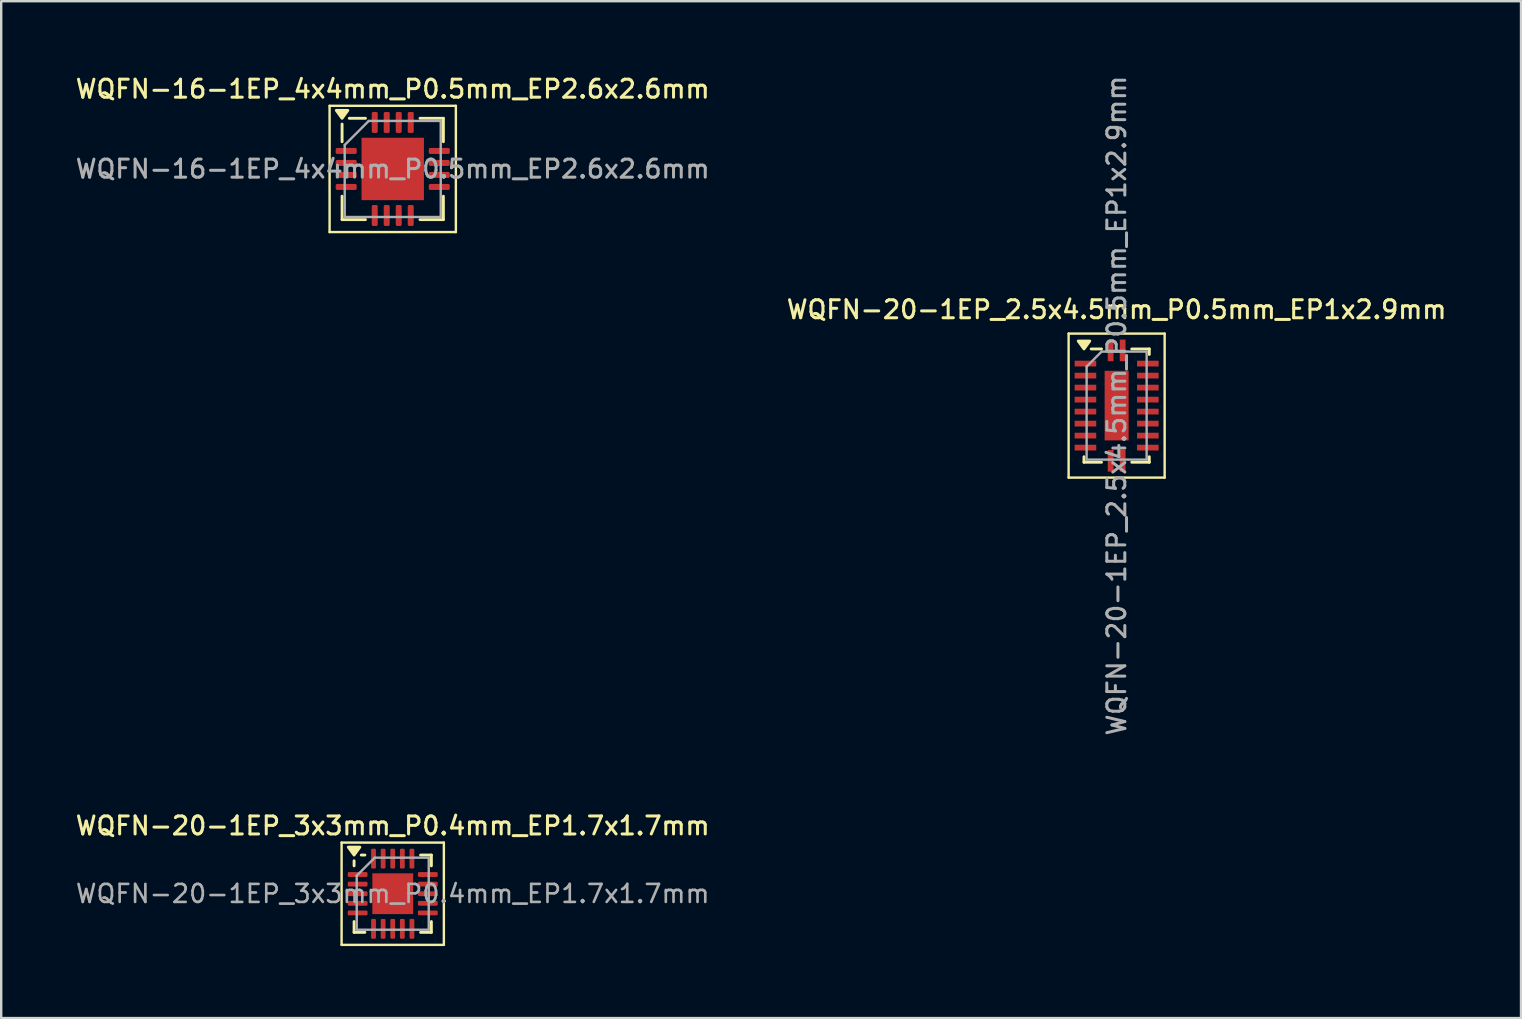
<source format=kicad_pcb>
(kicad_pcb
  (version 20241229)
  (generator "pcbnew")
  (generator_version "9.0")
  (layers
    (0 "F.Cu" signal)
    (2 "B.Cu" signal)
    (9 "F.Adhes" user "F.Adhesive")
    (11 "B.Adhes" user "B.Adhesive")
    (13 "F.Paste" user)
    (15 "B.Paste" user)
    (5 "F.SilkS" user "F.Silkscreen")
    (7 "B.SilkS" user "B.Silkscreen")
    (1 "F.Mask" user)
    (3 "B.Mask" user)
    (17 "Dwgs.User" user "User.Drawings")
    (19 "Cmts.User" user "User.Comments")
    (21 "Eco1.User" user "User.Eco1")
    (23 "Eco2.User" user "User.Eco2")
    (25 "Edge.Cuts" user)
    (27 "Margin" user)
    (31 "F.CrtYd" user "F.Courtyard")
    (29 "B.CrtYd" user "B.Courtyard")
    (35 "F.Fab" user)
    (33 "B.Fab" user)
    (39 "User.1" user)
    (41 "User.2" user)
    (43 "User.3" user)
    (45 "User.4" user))
  (footprint "WQFN-20-1EP_2.5x4.5mm_P0.5mm_EP1x2.9mm"
    (layer "F.Cu")
    (at 43.463 13.845)
    (property "Reference" "WQFN-20-1EP_2.5x4.5mm_P0.5mm_EP1x2.9mm" (at 0 -4 0) (layer "F.SilkS") (effects (font (size 0.75 0.75) (thickness 0.125))))
    (attr smd)
    (fp_line (start -2 -3) (end -2 3) (stroke (width 0.1) (type solid)) (layer "F.SilkS"))
    (fp_line (start -2 -3) (end 2 -3) (stroke (width 0.1) (type solid)) (layer "F.SilkS"))
    (fp_line (start -2 3) (end 2 3) (stroke (width 0.1) (type solid)) (layer "F.SilkS"))
    (fp_line (start -1.36 2.36) (end -1.36 2.13) (stroke (width 0.12) (type solid)) (layer "F.SilkS"))
    (fp_line (start -0.63 -2.36) (end -1.06 -2.36) (stroke (width 0.12) (type solid)) (layer "F.SilkS"))
    (fp_line (start -0.63 2.36) (end -1.36 2.36) (stroke (width 0.12) (type solid)) (layer "F.SilkS"))
    (fp_line (start 0.63 -2.36) (end 1.36 -2.36) (stroke (width 0.12) (type solid)) (layer "F.SilkS"))
    (fp_line (start 0.63 2.36) (end 1.36 2.36) (stroke (width 0.12) (type solid)) (layer "F.SilkS"))
    (fp_line (start 1.36 -2.36) (end 1.36 -2.13) (stroke (width 0.12) (type solid)) (layer "F.SilkS"))
    (fp_line (start 1.36 2.36) (end 1.36 2.13) (stroke (width 0.12) (type solid)) (layer "F.SilkS"))
    (fp_line (start 2 -3) (end 2 3) (stroke (width 0.1) (type solid)) (layer "F.SilkS"))
    (fp_poly (pts (xy -1.36 -2.36) (xy -1.6 -2.69) (xy -1.12 -2.69) (xy -1.36 -2.36)) (stroke (width 0.12) (type solid)) (fill yes) (layer "F.SilkS"))
    (fp_line (start -1.25 -1.625) (end -1.25 2.25) (stroke (width 0.1) (type solid)) (layer "F.Fab"))
    (fp_line (start -1.25 -1.625) (end -0.625 -2.25) (stroke (width 0.1) (type solid)) (layer "F.Fab"))
    (fp_line (start -1.25 2.25) (end 1.25 2.25) (stroke (width 0.1) (type solid)) (layer "F.Fab"))
    (fp_line (start 1.25 -2.25) (end -0.625 -2.25) (stroke (width 0.1) (type solid)) (layer "F.Fab"))
    (fp_line (start 1.25 -2.25) (end 1.25 2.25) (stroke (width 0.1) (type solid)) (layer "F.Fab"))
    (fp_text user "${REFERENCE}" (at 0 0 90) (layer "F.Fab") (effects (font (size 0.75 0.75) (thickness 0.125))))
    (pad "" smd rect (at 0 -0.95 270) (size 0.8 0.8) (layers "F.Paste"))
    (pad "" smd rect (at 0 0 270) (size 0.8 0.8) (layers "F.Paste"))
    (pad "" smd rect (at 0 0.95 270) (size 0.8 0.8) (layers "F.Paste"))
    (pad "1" smd rect (at -0.25 -2.3 270) (size 0.9 0.24) (layers "F.Cu" "F.Mask" "F.Paste"))
    (pad "2" smd rect (at -1.3 -1.75) (size 0.9 0.24) (layers "F.Cu" "F.Mask" "F.Paste"))
    (pad "3" smd rect (at -1.3 -1.25) (size 0.9 0.24) (layers "F.Cu" "F.Mask" "F.Paste"))
    (pad "4" smd rect (at -1.3 -0.75) (size 0.9 0.24) (layers "F.Cu" "F.Mask" "F.Paste"))
    (pad "5" smd rect (at -1.3 -0.25) (size 0.9 0.24) (layers "F.Cu" "F.Mask" "F.Paste"))
    (pad "6" smd rect (at -1.3 0.25) (size 0.9 0.24) (layers "F.Cu" "F.Mask" "F.Paste"))
    (pad "7" smd rect (at -1.3 0.75) (size 0.9 0.24) (layers "F.Cu" "F.Mask" "F.Paste"))
    (pad "8" smd rect (at -1.3 1.25) (size 0.9 0.24) (layers "F.Cu" "F.Mask" "F.Paste"))
    (pad "9" smd rect (at -1.3 1.75) (size 0.9 0.24) (layers "F.Cu" "F.Mask" "F.Paste"))
    (pad "10" smd rect (at -0.25 2.3 270) (size 0.9 0.24) (layers "F.Cu" "F.Mask" "F.Paste"))
    (pad "11" smd rect (at 0.25 2.3 270) (size 0.9 0.24) (layers "F.Cu" "F.Mask" "F.Paste"))
    (pad "12" smd rect (at 1.3 1.75) (size 0.9 0.24) (layers "F.Cu" "F.Mask" "F.Paste"))
    (pad "13" smd rect (at 1.3 1.25) (size 0.9 0.24) (layers "F.Cu" "F.Mask" "F.Paste"))
    (pad "14" smd rect (at 1.3 0.75) (size 0.9 0.24) (layers "F.Cu" "F.Mask" "F.Paste"))
    (pad "15" smd rect (at 1.3 0.25) (size 0.9 0.24) (layers "F.Cu" "F.Mask" "F.Paste"))
    (pad "16" smd rect (at 1.3 -0.25) (size 0.9 0.24) (layers "F.Cu" "F.Mask" "F.Paste"))
    (pad "17" smd rect (at 1.3 -0.75) (size 0.9 0.24) (layers "F.Cu" "F.Mask" "F.Paste"))
    (pad "18" smd rect (at 1.3 -1.25) (size 0.9 0.24) (layers "F.Cu" "F.Mask" "F.Paste"))
    (pad "19" smd rect (at 1.3 -1.75) (size 0.9 0.24) (layers "F.Cu" "F.Mask" "F.Paste"))
    (pad "20" smd rect (at 0.25 -2.3 270) (size 0.9 0.24) (layers "F.Cu" "F.Mask" "F.Paste"))
    (pad "21" smd rect (at 0 0 270) (size 2.9 1) (layers "F.Cu" "F.Mask")))
  (footprint "WQFN-20-1EP_3x3mm_P0.4mm_EP1.7x1.7mm"
    (layer "F.Cu")
    (at 13.309 34.177)
    (property "Reference" "WQFN-20-1EP_3x3mm_P0.4mm_EP1.7x1.7mm" (at 0 -2.83 0) (layer "F.SilkS") (effects (font (size 0.75 0.75) (thickness 0.125))))
    (attr smd)
    (fp_line (start -2.13 -2.13) (end -2.13 2.13) (stroke (width 0.1) (type solid)) (layer "F.SilkS"))
    (fp_line (start -2.13 2.13) (end 2.13 2.13) (stroke (width 0.1) (type solid)) (layer "F.SilkS"))
    (fp_line (start -1.61 -1.16) (end -1.61 -1.37) (stroke (width 0.12) (type solid)) (layer "F.SilkS"))
    (fp_line (start -1.61 1.61) (end -1.61 1.16) (stroke (width 0.12) (type solid)) (layer "F.SilkS"))
    (fp_line (start -1.16 -1.61) (end -1.31 -1.61) (stroke (width 0.12) (type solid)) (layer "F.SilkS"))
    (fp_line (start -1.16 1.61) (end -1.61 1.61) (stroke (width 0.12) (type solid)) (layer "F.SilkS"))
    (fp_line (start 1.16 -1.61) (end 1.61 -1.61) (stroke (width 0.12) (type solid)) (layer "F.SilkS"))
    (fp_line (start 1.16 1.61) (end 1.61 1.61) (stroke (width 0.12) (type solid)) (layer "F.SilkS"))
    (fp_line (start 1.61 -1.61) (end 1.61 -1.16) (stroke (width 0.12) (type solid)) (layer "F.SilkS"))
    (fp_line (start 1.61 1.61) (end 1.61 1.16) (stroke (width 0.12) (type solid)) (layer "F.SilkS"))
    (fp_line (start 2.13 -2.13) (end -2.13 -2.13) (stroke (width 0.1) (type solid)) (layer "F.SilkS"))
    (fp_line (start 2.13 2.13) (end 2.13 -2.13) (stroke (width 0.1) (type solid)) (layer "F.SilkS"))
    (fp_poly (pts (xy -1.61 -1.61) (xy -1.85 -1.94) (xy -1.37 -1.94) (xy -1.61 -1.61)) (stroke (width 0.12) (type solid)) (fill yes) (layer "F.SilkS"))
    (fp_line (start -1.5 -0.75) (end -0.75 -1.5) (stroke (width 0.1) (type solid)) (layer "F.Fab"))
    (fp_line (start -1.5 1.5) (end -1.5 -0.75) (stroke (width 0.1) (type solid)) (layer "F.Fab"))
    (fp_line (start -0.75 -1.5) (end 1.5 -1.5) (stroke (width 0.1) (type solid)) (layer "F.Fab"))
    (fp_line (start 1.5 -1.5) (end 1.5 1.5) (stroke (width 0.1) (type solid)) (layer "F.Fab"))
    (fp_line (start 1.5 1.5) (end -1.5 1.5) (stroke (width 0.1) (type solid)) (layer "F.Fab"))
    (fp_text user "${REFERENCE}" (at 0 0 0) (layer "F.Fab") (effects (font (size 0.75 0.75) (thickness 0.11))))
    (pad "" smd roundrect (at -0.425 -0.425) (size 0.69 0.69) (layers "F.Paste") (roundrect_rratio 0.25))
    (pad "" smd roundrect (at -0.425 0.425) (size 0.69 0.69) (layers "F.Paste") (roundrect_rratio 0.25))
    (pad "" smd roundrect (at 0.425 -0.425) (size 0.69 0.69) (layers "F.Paste") (roundrect_rratio 0.25))
    (pad "" smd roundrect (at 0.425 0.425) (size 0.69 0.69) (layers "F.Paste") (roundrect_rratio 0.25))
    (pad "1" smd roundrect (at -1.462 -0.8) (size 0.825 0.2) (layers "F.Cu" "F.Mask" "F.Paste") (roundrect_rratio 0.25))
    (pad "2" smd roundrect (at -1.462 -0.4) (size 0.825 0.2) (layers "F.Cu" "F.Mask" "F.Paste") (roundrect_rratio 0.25))
    (pad "3" smd roundrect (at -1.462 0) (size 0.825 0.2) (layers "F.Cu" "F.Mask" "F.Paste") (roundrect_rratio 0.25))
    (pad "4" smd roundrect (at -1.462 0.4) (size 0.825 0.2) (layers "F.Cu" "F.Mask" "F.Paste") (roundrect_rratio 0.25))
    (pad "5" smd roundrect (at -1.462 0.8) (size 0.825 0.2) (layers "F.Cu" "F.Mask" "F.Paste") (roundrect_rratio 0.25))
    (pad "6" smd roundrect (at -0.8 1.462) (size 0.2 0.825) (layers "F.Cu" "F.Mask" "F.Paste") (roundrect_rratio 0.25))
    (pad "7" smd roundrect (at -0.4 1.462) (size 0.2 0.825) (layers "F.Cu" "F.Mask" "F.Paste") (roundrect_rratio 0.25))
    (pad "8" smd roundrect (at 0 1.462) (size 0.2 0.825) (layers "F.Cu" "F.Mask" "F.Paste") (roundrect_rratio 0.25))
    (pad "9" smd roundrect (at 0.4 1.462) (size 0.2 0.825) (layers "F.Cu" "F.Mask" "F.Paste") (roundrect_rratio 0.25))
    (pad "10" smd roundrect (at 0.8 1.462) (size 0.2 0.825) (layers "F.Cu" "F.Mask" "F.Paste") (roundrect_rratio 0.25))
    (pad "11" smd roundrect (at 1.462 0.8) (size 0.825 0.2) (layers "F.Cu" "F.Mask" "F.Paste") (roundrect_rratio 0.25))
    (pad "12" smd roundrect (at 1.462 0.4) (size 0.825 0.2) (layers "F.Cu" "F.Mask" "F.Paste") (roundrect_rratio 0.25))
    (pad "13" smd roundrect (at 1.462 0) (size 0.825 0.2) (layers "F.Cu" "F.Mask" "F.Paste") (roundrect_rratio 0.25))
    (pad "14" smd roundrect (at 1.462 -0.4) (size 0.825 0.2) (layers "F.Cu" "F.Mask" "F.Paste") (roundrect_rratio 0.25))
    (pad "15" smd roundrect (at 1.462 -0.8) (size 0.825 0.2) (layers "F.Cu" "F.Mask" "F.Paste") (roundrect_rratio 0.25))
    (pad "16" smd roundrect (at 0.8 -1.462) (size 0.2 0.825) (layers "F.Cu" "F.Mask" "F.Paste") (roundrect_rratio 0.25))
    (pad "17" smd roundrect (at 0.4 -1.462) (size 0.2 0.825) (layers "F.Cu" "F.Mask" "F.Paste") (roundrect_rratio 0.25))
    (pad "18" smd roundrect (at 0 -1.462) (size 0.2 0.825) (layers "F.Cu" "F.Mask" "F.Paste") (roundrect_rratio 0.25))
    (pad "19" smd roundrect (at -0.4 -1.462) (size 0.2 0.825) (layers "F.Cu" "F.Mask" "F.Paste") (roundrect_rratio 0.25))
    (pad "20" smd roundrect (at -0.8 -1.462) (size 0.2 0.825) (layers "F.Cu" "F.Mask" "F.Paste") (roundrect_rratio 0.25))
    (pad "21" smd rect (at 0 0) (size 1.7 1.7) (property pad_prop_heatsink) (layers "F.Cu" "F.Mask")))
  (footprint "WQFN-16-1EP_4x4mm_P0.5mm_EP2.6x2.6mm"
    (layer "F.Cu")
    (at 13.309 3.988)
    (property "Reference" "WQFN-16-1EP_4x4mm_P0.5mm_EP2.6x2.6mm" (at 0 -3.33 0) (layer "F.SilkS") (effects (font (size 0.75 0.75) (thickness 0.125))))
    (attr smd)
    (fp_line (start -2.63 -2.63) (end -2.63 2.63) (stroke (width 0.1) (type solid)) (layer "F.SilkS"))
    (fp_line (start -2.63 2.63) (end 2.63 2.63) (stroke (width 0.1) (type solid)) (layer "F.SilkS"))
    (fp_line (start -2.11 -1.135) (end -2.11 -1.87) (stroke (width 0.12) (type solid)) (layer "F.SilkS"))
    (fp_line (start -2.11 2.11) (end -2.11 1.135) (stroke (width 0.12) (type solid)) (layer "F.SilkS"))
    (fp_line (start -1.135 -2.11) (end -1.81 -2.11) (stroke (width 0.12) (type solid)) (layer "F.SilkS"))
    (fp_line (start -1.135 2.11) (end -2.11 2.11) (stroke (width 0.12) (type solid)) (layer "F.SilkS"))
    (fp_line (start 1.135 -2.11) (end 2.11 -2.11) (stroke (width 0.12) (type solid)) (layer "F.SilkS"))
    (fp_line (start 1.135 2.11) (end 2.11 2.11) (stroke (width 0.12) (type solid)) (layer "F.SilkS"))
    (fp_line (start 2.11 -2.11) (end 2.11 -1.135) (stroke (width 0.12) (type solid)) (layer "F.SilkS"))
    (fp_line (start 2.11 2.11) (end 2.11 1.135) (stroke (width 0.12) (type solid)) (layer "F.SilkS"))
    (fp_line (start 2.63 -2.63) (end -2.63 -2.63) (stroke (width 0.1) (type solid)) (layer "F.SilkS"))
    (fp_line (start 2.63 2.63) (end 2.63 -2.63) (stroke (width 0.1) (type solid)) (layer "F.SilkS"))
    (fp_poly (pts (xy -2.11 -2.11) (xy -2.35 -2.44) (xy -1.87 -2.44) (xy -2.11 -2.11)) (stroke (width 0.12) (type solid)) (fill yes) (layer "F.SilkS"))
    (fp_line (start -2 -1) (end -1 -2) (stroke (width 0.1) (type solid)) (layer "F.Fab"))
    (fp_line (start -2 2) (end -2 -1) (stroke (width 0.1) (type solid)) (layer "F.Fab"))
    (fp_line (start -1 -2) (end 2 -2) (stroke (width 0.1) (type solid)) (layer "F.Fab"))
    (fp_line (start 2 -2) (end 2 2) (stroke (width 0.1) (type solid)) (layer "F.Fab"))
    (fp_line (start 2 2) (end -2 2) (stroke (width 0.1) (type solid)) (layer "F.Fab"))
    (fp_text user "${REFERENCE}" (at 0 0 0) (layer "F.Fab") (effects (font (size 0.75 0.75) (thickness 0.125))))
    (pad "" smd roundrect (at -0.65 -0.65) (size 1.05 1.05) (layers "F.Paste") (roundrect_rratio 0.238))
    (pad "" smd roundrect (at -0.65 0.65) (size 1.05 1.05) (layers "F.Paste") (roundrect_rratio 0.238))
    (pad "" smd roundrect (at 0.65 -0.65) (size 1.05 1.05) (layers "F.Paste") (roundrect_rratio 0.238))
    (pad "" smd roundrect (at 0.65 0.65) (size 1.05 1.05) (layers "F.Paste") (roundrect_rratio 0.238))
    (pad "1" smd roundrect (at -1.938 -0.75) (size 0.875 0.25) (layers "F.Cu" "F.Mask" "F.Paste") (roundrect_rratio 0.25))
    (pad "2" smd roundrect (at -1.938 -0.25) (size 0.875 0.25) (layers "F.Cu" "F.Mask" "F.Paste") (roundrect_rratio 0.25))
    (pad "3" smd roundrect (at -1.938 0.25) (size 0.875 0.25) (layers "F.Cu" "F.Mask" "F.Paste") (roundrect_rratio 0.25))
    (pad "4" smd roundrect (at -1.938 0.75) (size 0.875 0.25) (layers "F.Cu" "F.Mask" "F.Paste") (roundrect_rratio 0.25))
    (pad "5" smd roundrect (at -0.75 1.938) (size 0.25 0.875) (layers "F.Cu" "F.Mask" "F.Paste") (roundrect_rratio 0.25))
    (pad "6" smd roundrect (at -0.25 1.938) (size 0.25 0.875) (layers "F.Cu" "F.Mask" "F.Paste") (roundrect_rratio 0.25))
    (pad "7" smd roundrect (at 0.25 1.938) (size 0.25 0.875) (layers "F.Cu" "F.Mask" "F.Paste") (roundrect_rratio 0.25))
    (pad "8" smd roundrect (at 0.75 1.938) (size 0.25 0.875) (layers "F.Cu" "F.Mask" "F.Paste") (roundrect_rratio 0.25))
    (pad "9" smd roundrect (at 1.938 0.75) (size 0.875 0.25) (layers "F.Cu" "F.Mask" "F.Paste") (roundrect_rratio 0.25))
    (pad "10" smd roundrect (at 1.938 0.25) (size 0.875 0.25) (layers "F.Cu" "F.Mask" "F.Paste") (roundrect_rratio 0.25))
    (pad "11" smd roundrect (at 1.938 -0.25) (size 0.875 0.25) (layers "F.Cu" "F.Mask" "F.Paste") (roundrect_rratio 0.25))
    (pad "12" smd roundrect (at 1.938 -0.75) (size 0.875 0.25) (layers "F.Cu" "F.Mask" "F.Paste") (roundrect_rratio 0.25))
    (pad "13" smd roundrect (at 0.75 -1.938) (size 0.25 0.875) (layers "F.Cu" "F.Mask" "F.Paste") (roundrect_rratio 0.25))
    (pad "14" smd roundrect (at 0.25 -1.938) (size 0.25 0.875) (layers "F.Cu" "F.Mask" "F.Paste") (roundrect_rratio 0.25))
    (pad "15" smd roundrect (at -0.25 -1.938) (size 0.25 0.875) (layers "F.Cu" "F.Mask" "F.Paste") (roundrect_rratio 0.25))
    (pad "16" smd roundrect (at -0.75 -1.938) (size 0.25 0.875) (layers "F.Cu" "F.Mask" "F.Paste") (roundrect_rratio 0.25))
    (pad "17" smd rect (at 0 0) (size 2.6 2.6) (property pad_prop_heatsink) (layers "F.Cu" "F.Mask")))
  (gr_rect
    (start -3 -3)
    (end 60.307 39.357)
    (stroke (width 0.1) (type default))
    (fill no)
    (layer "Edge.Cuts")))
</source>
